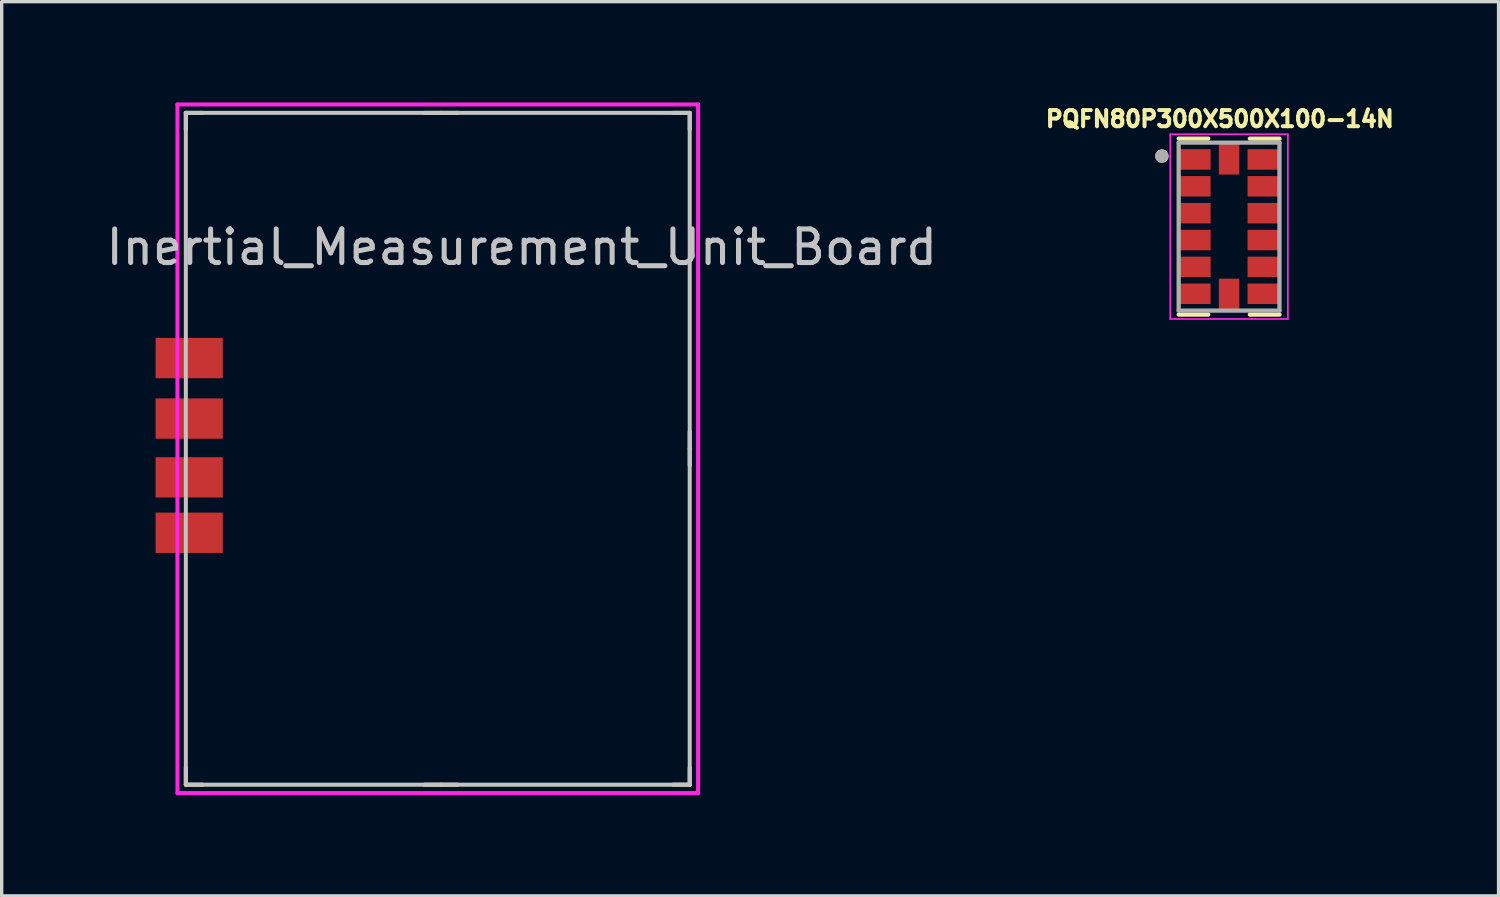
<source format=kicad_pcb>
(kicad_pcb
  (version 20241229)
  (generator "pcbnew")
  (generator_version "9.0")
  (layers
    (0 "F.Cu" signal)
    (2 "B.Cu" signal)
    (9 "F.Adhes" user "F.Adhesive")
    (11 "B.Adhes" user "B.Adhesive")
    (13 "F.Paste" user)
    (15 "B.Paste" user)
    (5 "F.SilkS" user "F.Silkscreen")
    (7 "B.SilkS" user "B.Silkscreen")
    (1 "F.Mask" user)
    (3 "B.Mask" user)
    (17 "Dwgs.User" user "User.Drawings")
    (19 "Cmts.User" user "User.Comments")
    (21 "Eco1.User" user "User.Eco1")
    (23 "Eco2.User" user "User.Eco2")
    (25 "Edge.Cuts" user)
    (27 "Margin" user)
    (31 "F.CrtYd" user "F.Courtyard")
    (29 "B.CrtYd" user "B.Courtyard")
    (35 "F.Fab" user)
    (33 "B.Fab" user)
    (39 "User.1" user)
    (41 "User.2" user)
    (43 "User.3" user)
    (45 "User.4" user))
  (footprint "Inertial_Measurement_Unit_Board"
    (layer "F.Cu")
    (at 10.082 10.31)
    (property "Reference" "Inertial_Measurement_Unit_Board" (at 2.4 -6 0) (layer "Dwgs.User") (effects (font (size 1 1) (thickness 0.15))))
    (attr through_hole)
    (fp_line (start -7.6 -10) (end -7.6 -9.5) (stroke (width 0.12) (type solid)) (layer "F.SilkS"))
    (fp_line (start -7.6 -10) (end -7.1 -10) (stroke (width 0.12) (type solid)) (layer "F.SilkS"))
    (fp_line (start -7.6 10) (end -7.6 9.5) (stroke (width 0.12) (type solid)) (layer "F.SilkS"))
    (fp_line (start -7.6 10) (end -7.1 10) (stroke (width 0.12) (type solid)) (layer "F.SilkS"))
    (fp_line (start 0 -10) (end -0.5 -10) (stroke (width 0.12) (type solid)) (layer "F.SilkS"))
    (fp_line (start 0 -10) (end 0.5 -10) (stroke (width 0.12) (type solid)) (layer "F.SilkS"))
    (fp_line (start 0 10) (end -0.5 10) (stroke (width 0.12) (type solid)) (layer "F.SilkS"))
    (fp_line (start 0 10) (end 0.5 10) (stroke (width 0.12) (type solid)) (layer "F.SilkS"))
    (fp_line (start 7.4 -10) (end 6.9 -10) (stroke (width 0.12) (type solid)) (layer "F.SilkS"))
    (fp_line (start 7.4 -10) (end 7.4 -9.5) (stroke (width 0.12) (type solid)) (layer "F.SilkS"))
    (fp_line (start 7.4 0) (end 7.4 -0.5) (stroke (width 0.12) (type solid)) (layer "F.SilkS"))
    (fp_line (start 7.4 0) (end 7.4 0.5) (stroke (width 0.12) (type solid)) (layer "F.SilkS"))
    (fp_line (start 7.4 10) (end 6.9 10) (stroke (width 0.12) (type solid)) (layer "F.SilkS"))
    (fp_line (start 7.4 10) (end 7.4 9.5) (stroke (width 0.12) (type solid)) (layer "F.SilkS"))
    (fp_line (start -7.6 -10) (end 7.4 -10) (stroke (width 0.12) (type solid)) (layer "Dwgs.User"))
    (fp_line (start -7.6 10) (end -7.6 -10) (stroke (width 0.12) (type solid)) (layer "Dwgs.User"))
    (fp_line (start 7.4 -10) (end 7.4 10) (stroke (width 0.12) (type solid)) (layer "Dwgs.User"))
    (fp_line (start 7.4 10) (end -7.6 10) (stroke (width 0.12) (type solid)) (layer "Dwgs.User"))
    (fp_line (start -7.85 -10.25) (end 7.65 -10.25) (stroke (width 0.12) (type solid)) (layer "F.CrtYd"))
    (fp_line (start -7.85 10.25) (end -7.85 -10.25) (stroke (width 0.12) (type solid)) (layer "F.CrtYd"))
    (fp_line (start -7.85 10.25) (end 7.65 10.25) (stroke (width 0.12) (type solid)) (layer "F.CrtYd"))
    (fp_line (start 7.65 -10.25) (end 7.65 10.25) (stroke (width 0.12) (type solid)) (layer "F.CrtYd"))
    (pad "1" smd rect (at -7.5 2.5 90) (size 1.2 2) (layers "F.Cu" "F.Mask" "F.Paste"))
    (pad "2" smd rect (at -7.5 0.85 90) (size 1.2 2) (layers "F.Cu" "F.Mask" "F.Paste"))
    (pad "3" smd rect (at -7.5 -0.9 90) (size 1.2 2) (layers "F.Cu" "F.Mask" "F.Paste"))
    (pad "4" smd rect (at -7.5 -2.7 90) (size 1.2 2) (layers "F.Cu" "F.Mask" "F.Paste")))
  (footprint "PQFN80P300X500X100-14N"
    (layer "F.Cu")
    (at 33.538 3.696)
    (property "Reference" "PQFN80P300X500X100-14N" (at -0.276 -3.205 0) (layer "F.SilkS") (effects (font (size 0.48 0.48) (thickness 0.15))))
    (attr through_hole)
    (fp_line (start -1.5 -2.619) (end -0.62 -2.619) (stroke (width 0.127) (type solid)) (layer "F.SilkS"))
    (fp_line (start -1.5 2.619) (end -0.62 2.619) (stroke (width 0.127) (type solid)) (layer "F.SilkS"))
    (fp_line (start 0.62 -2.619) (end 1.5 -2.619) (stroke (width 0.127) (type solid)) (layer "F.SilkS"))
    (fp_line (start 0.62 2.619) (end 1.5 2.619) (stroke (width 0.127) (type solid)) (layer "F.SilkS"))
    (fp_circle (center -2 -2.1) (end -1.9 -2.1) (stroke (width 0.2) (type solid)) (fill no) (layer "F.SilkS"))
    (fp_line (start -1.75 -2.75) (end 1.75 -2.75) (stroke (width 0.05) (type solid)) (layer "F.CrtYd"))
    (fp_line (start -1.75 2.75) (end -1.75 -2.75) (stroke (width 0.05) (type solid)) (layer "F.CrtYd"))
    (fp_line (start 1.75 -2.75) (end 1.75 2.75) (stroke (width 0.05) (type solid)) (layer "F.CrtYd"))
    (fp_line (start 1.75 2.75) (end -1.75 2.75) (stroke (width 0.05) (type solid)) (layer "F.CrtYd"))
    (fp_line (start -1.5 -2.5) (end 1.5 -2.5) (stroke (width 0.127) (type solid)) (layer "F.Fab"))
    (fp_line (start -1.5 2.5) (end -1.5 -2.5) (stroke (width 0.127) (type solid)) (layer "F.Fab"))
    (fp_line (start 1.5 -2.5) (end 1.5 2.5) (stroke (width 0.127) (type solid)) (layer "F.Fab"))
    (fp_line (start 1.5 2.5) (end -1.5 2.5) (stroke (width 0.127) (type solid)) (layer "F.Fab"))
    (fp_circle (center -2 -2.1) (end -1.9 -2.1) (stroke (width 0.2) (type solid)) (fill no) (layer "F.Fab"))
    (pad "1" smd rect (at -1.01 -2) (size 0.92 0.61) (layers "F.Cu" "F.Mask" "F.Paste"))
    (pad "2" smd rect (at -1.01 -1.2) (size 0.92 0.61) (layers "F.Cu" "F.Mask" "F.Paste"))
    (pad "3" smd rect (at -1.01 -0.4) (size 0.92 0.61) (layers "F.Cu" "F.Mask" "F.Paste"))
    (pad "4" smd rect (at -1.01 0.4) (size 0.92 0.61) (layers "F.Cu" "F.Mask" "F.Paste"))
    (pad "5" smd rect (at -1.01 1.2) (size 0.92 0.61) (layers "F.Cu" "F.Mask" "F.Paste"))
    (pad "6" smd rect (at -1.01 2) (size 0.92 0.61) (layers "F.Cu" "F.Mask" "F.Paste"))
    (pad "7" smd rect (at 0 2.01) (size 0.61 0.92) (layers "F.Cu" "F.Mask" "F.Paste"))
    (pad "8" smd rect (at 1.01 2) (size 0.92 0.61) (layers "F.Cu" "F.Mask" "F.Paste"))
    (pad "9" smd rect (at 1.01 1.2) (size 0.92 0.61) (layers "F.Cu" "F.Mask" "F.Paste"))
    (pad "10" smd rect (at 1.01 0.4) (size 0.92 0.61) (layers "F.Cu" "F.Mask" "F.Paste"))
    (pad "11" smd rect (at 1.01 -0.4) (size 0.92 0.61) (layers "F.Cu" "F.Mask" "F.Paste"))
    (pad "12" smd rect (at 1.01 -1.2) (size 0.92 0.61) (layers "F.Cu" "F.Mask" "F.Paste"))
    (pad "13" smd rect (at 1.01 -2) (size 0.92 0.61) (layers "F.Cu" "F.Mask" "F.Paste"))
    (pad "14" smd rect (at 0 -2.01) (size 0.61 0.92) (layers "F.Cu" "F.Mask" "F.Paste")))
  (gr_rect
    (start -3 -3)
    (end 41.56 23.62)
    (stroke (width 0.1) (type default))
    (fill no)
    (layer "Edge.Cuts")))
</source>
